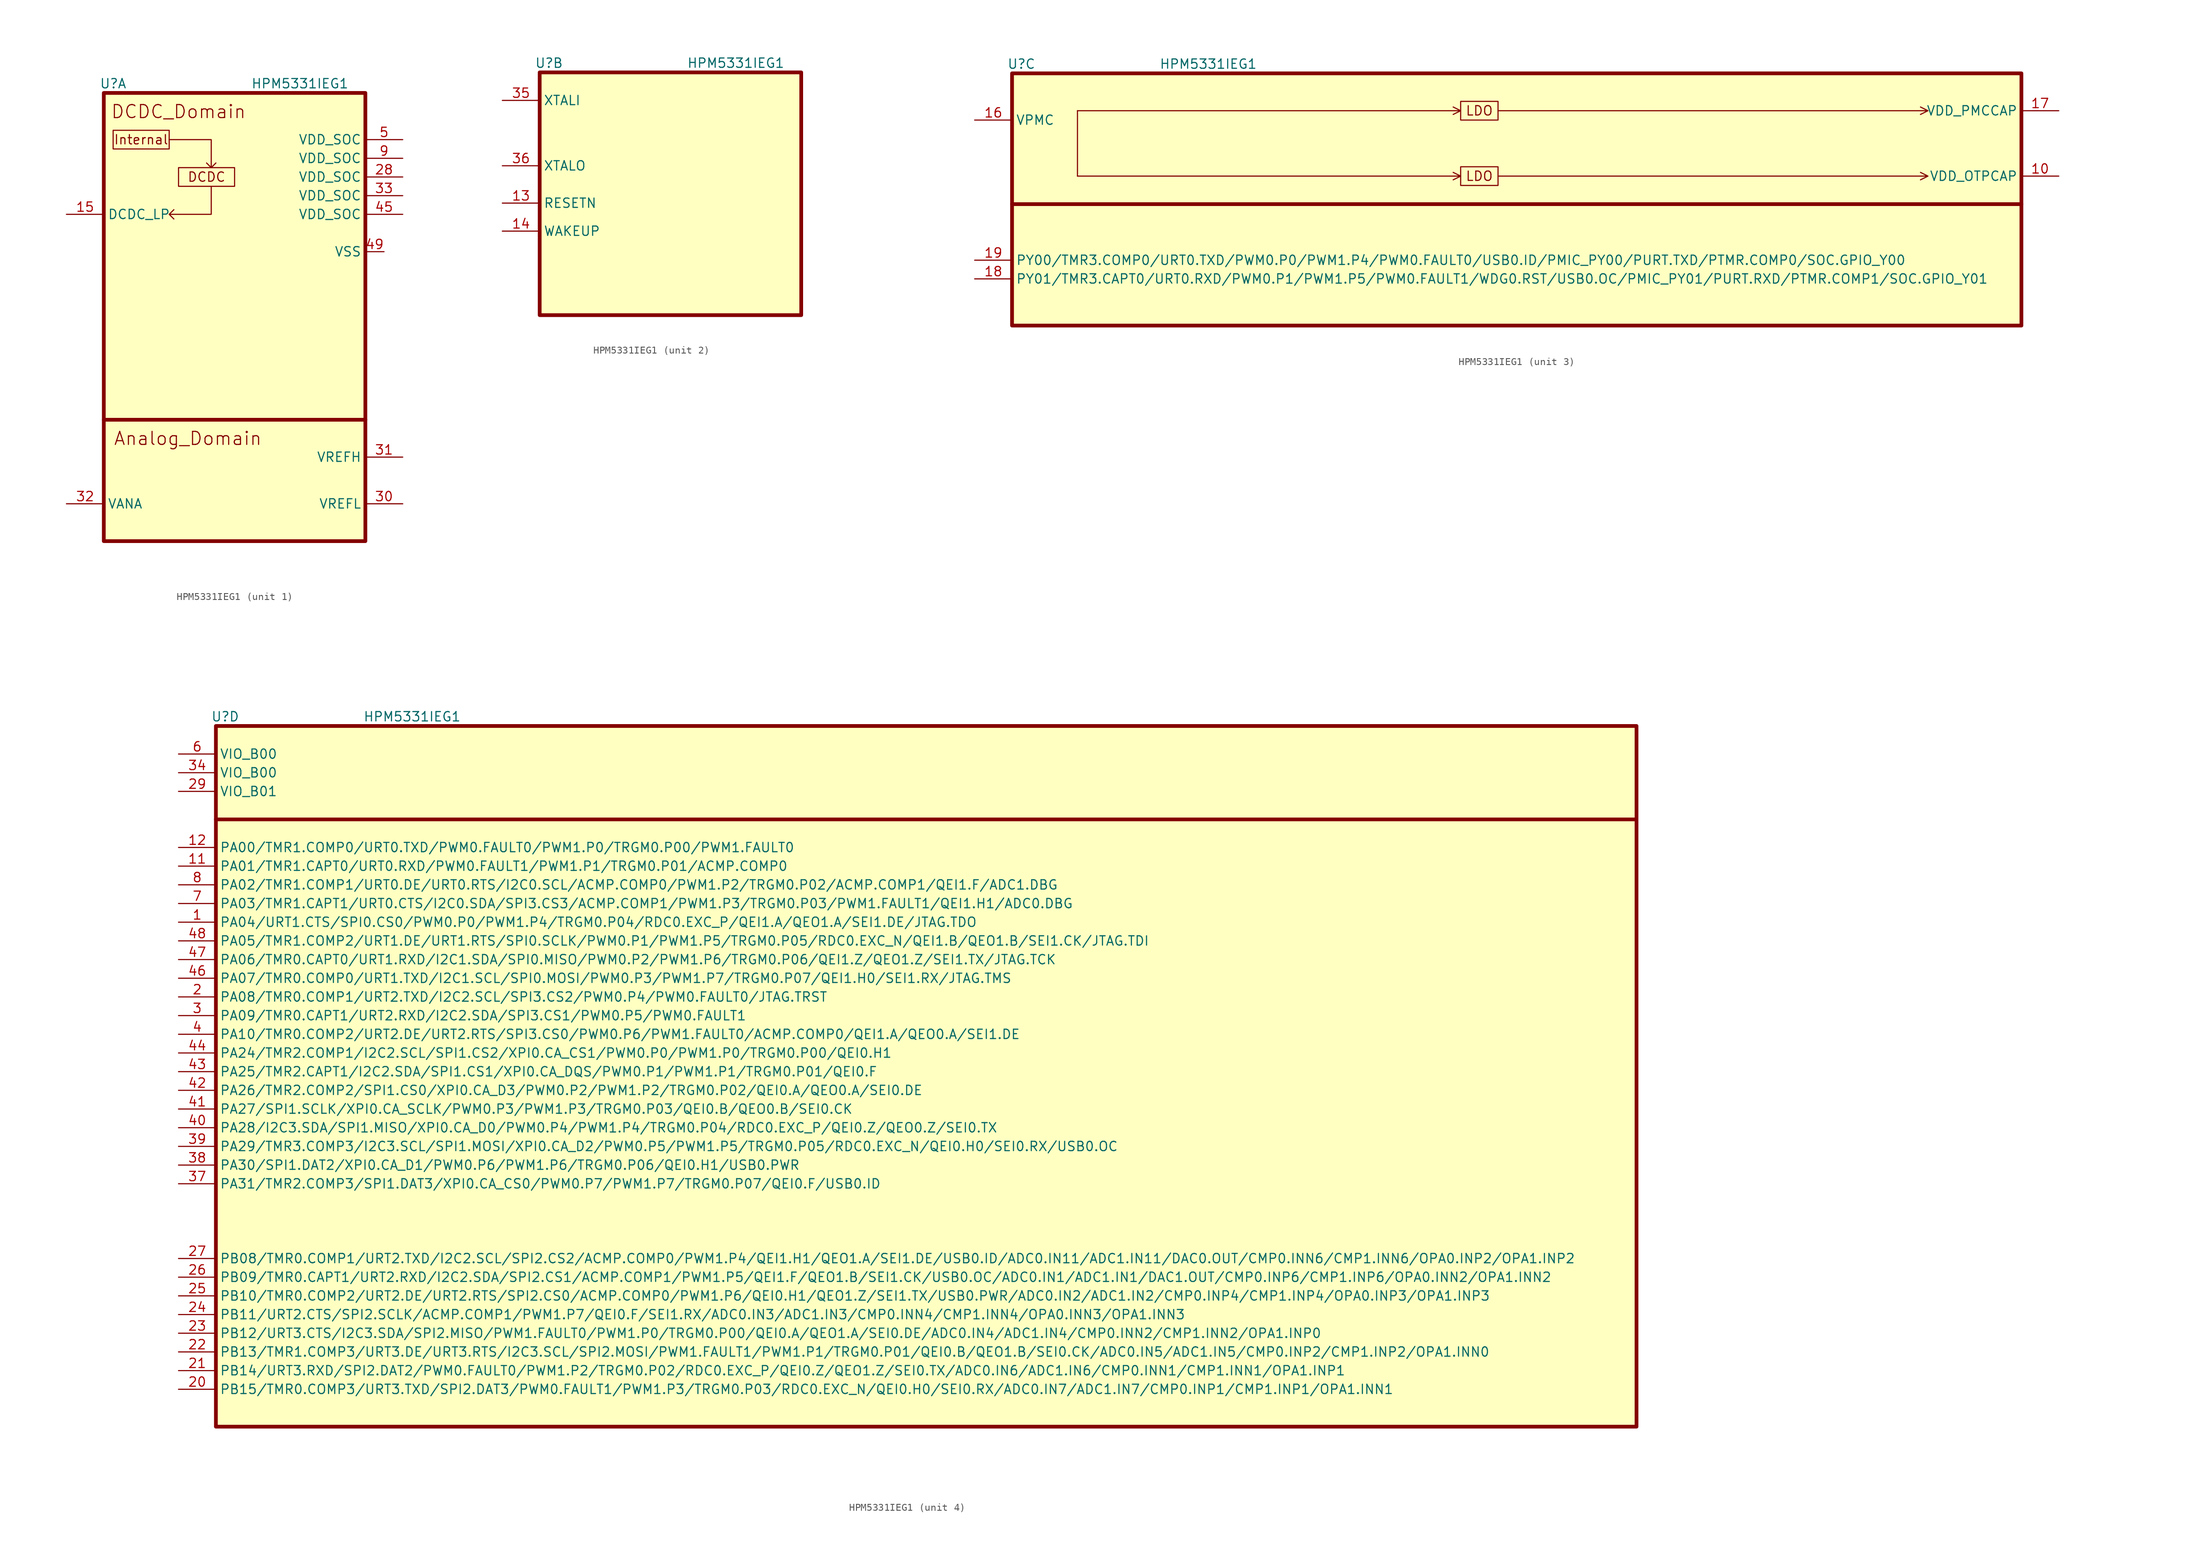
<source format=kicad_sym>
(kicad_symbol_lib
  (version 20220914)
  (generator kicad_symbol_editor)
  (symbol "HPM5331IEG1"
    (property "Reference" "U"
      (at 1.27 1.27 0)
      (effects (font (size 1.27 1.27))))
    (property "Value" "HPM5331IEG1"
      (at 26.67 1.27 0)
      (effects (font (size 1.27 1.27))))
    (property "ki_locked" ""
      (at 0 0 0)
      (effects (font (size 1.27 1.27))))
    (symbol "HPM5331IEG1_1_0"
      (pin power_in line (at 38.1 -21.59 180) (length 2.54) (name "VSS" (effects (font (size 1.27 1.27)))) (number "49" (effects (font (size 1.27 1.27))))))
    (symbol "HPM5331IEG1_1_1"
      (polyline (pts (xy 0 -44.45) (xy 35.56 -44.45)) (stroke (width 0.508) (type default)) (fill (type none)))
      (polyline (pts (xy 8.89 -6.35) (xy 14.605 -6.35) (xy 14.605 -10.16) (xy 13.97 -9.525) (xy 14.605 -10.16) (xy 15.24 -9.525)) (stroke (width 0) (type default)) (fill (type none)))
      (polyline (pts (xy 14.605 -12.7) (xy 14.605 -16.51) (xy 8.89 -16.51) (xy 9.525 -15.875) (xy 8.89 -16.51) (xy 9.525 -17.145)) (stroke (width 0) (type default)) (fill (type none)))
      (rectangle (start 0 0) (end 35.56 -60.96) (stroke (width 0.508) (type default)) (fill (type background)))
      (rectangle (start 1.27 -5.08) (end 8.89 -7.62) (stroke (width 0) (type default)) (fill (type none)))
      (rectangle (start 10.16 -10.16) (end 17.78 -12.7) (stroke (width 0) (type default)) (fill (type none)))
      (text "Analog_Domain" (at 11.43 -46.99 0) (effects (font (size 1.778 1.778))))
      (text "DCDC" (at 13.97 -11.43 0) (effects (font (size 1.27 1.27))))
      (text "DCDC_Domain" (at 10.16 -2.54 0) (effects (font (size 1.778 1.778))))
      (text "Internal" (at 5.08 -6.35 0) (effects (font (size 1.27 1.27))))
      (pin power_in line (at -5.08 -16.51 0) (length 5.08) (name "DCDC_LP" (effects (font (size 1.27 1.27)))) (number "15" (effects (font (size 1.27 1.27)))))
      (pin power_in line (at 40.64 -11.43 180) (length 5.08) (name "VDD_SOC" (effects (font (size 1.27 1.27)))) (number "28" (effects (font (size 1.27 1.27)))))
      (pin power_in line (at 40.64 -55.88 180) (length 5.08) (name "VREFL" (effects (font (size 1.27 1.27)))) (number "30" (effects (font (size 1.27 1.27)))))
      (pin power_in line (at 40.64 -49.53 180) (length 5.08) (name "VREFH" (effects (font (size 1.27 1.27)))) (number "31" (effects (font (size 1.27 1.27)))))
      (pin power_in line (at -5.08 -55.88 0) (length 5.08) (name "VANA" (effects (font (size 1.27 1.27)))) (number "32" (effects (font (size 1.27 1.27)))))
      (pin power_in line (at 40.64 -13.97 180) (length 5.08) (name "VDD_SOC" (effects (font (size 1.27 1.27)))) (number "33" (effects (font (size 1.27 1.27)))))
      (pin power_in line (at 40.64 -16.51 180) (length 5.08) (name "VDD_SOC" (effects (font (size 1.27 1.27)))) (number "45" (effects (font (size 1.27 1.27)))))
      (pin power_in line (at 40.64 -6.35 180) (length 5.08) (name "VDD_SOC" (effects (font (size 1.27 1.27)))) (number "5" (effects (font (size 1.27 1.27)))))
      (pin power_in line (at 40.64 -8.89 180) (length 5.08) (name "VDD_SOC" (effects (font (size 1.27 1.27)))) (number "9" (effects (font (size 1.27 1.27))))))
    (symbol "HPM5331IEG1_2_1"
      (rectangle (start 0 0) (end 35.56 -33.02) (stroke (width 0.508) (type default)) (fill (type background)))
      (pin input line (at -5.08 -17.78 0) (length 5.08) (name "RESETN" (effects (font (size 1.27 1.27)))) (number "13" (effects (font (size 1.27 1.27)))))
      (pin input line (at -5.08 -21.59 0) (length 5.08) (name "WAKEUP" (effects (font (size 1.27 1.27)))) (number "14" (effects (font (size 1.27 1.27)))))
      (pin input line (at -5.08 -3.81 0) (length 5.08) (name "XTALI" (effects (font (size 1.27 1.27)))) (number "35" (effects (font (size 1.27 1.27)))))
      (pin output line (at -5.08 -12.7 0) (length 5.08) (name "XTALO" (effects (font (size 1.27 1.27)))) (number "36" (effects (font (size 1.27 1.27))))))
    (symbol "HPM5331IEG1_3_0"
      (polyline (pts (xy 8.89 -13.97) (xy 60.96 -13.97) (xy 59.944 -13.462) (xy 60.96 -13.97) (xy 59.944 -14.478)) (stroke (width 0) (type default)) (fill (type none)))
      (polyline (pts (xy 8.89 -5.08) (xy 60.96 -5.08) (xy 59.944 -4.572) (xy 60.96 -5.08) (xy 59.944 -5.588)) (stroke (width 0) (type default)) (fill (type none)))
      (polyline (pts (xy 66.04 -13.97) (xy 124.46 -13.97) (xy 123.444 -13.462) (xy 124.46 -13.97) (xy 123.444 -14.478)) (stroke (width 0) (type default)) (fill (type none)))
      (polyline (pts (xy 66.04 -5.08) (xy 124.46 -5.08) (xy 123.444 -4.572) (xy 124.46 -5.08) (xy 123.444 -5.588)) (stroke (width 0) (type default)) (fill (type none))))
    (symbol "HPM5331IEG1_3_1"
      (polyline (pts (xy 0 -17.78) (xy 137.16 -17.78)) (stroke (width 0.508) (type default)) (fill (type none)))
      (polyline (pts (xy 8.89 -12.7) (xy 8.89 -5.08) (xy 8.89 -13.97)) (stroke (width 0) (type default)) (fill (type none)))
      (rectangle (start 0 0) (end 137.16 -34.29) (stroke (width 0.508) (type default)) (fill (type background)))
      (rectangle (start 60.96 -12.7) (end 66.04 -15.24) (stroke (width 0) (type default)) (fill (type none)))
      (rectangle (start 60.96 -3.81) (end 66.04 -6.35) (stroke (width 0) (type default)) (fill (type none)))
      (text "LDO" (at 63.5 -13.97 0) (effects (font (size 1.27 1.27))))
      (text "LDO" (at 63.5 -5.08 0) (effects (font (size 1.27 1.27))))
      (pin power_out line (at 142.24 -13.97 180) (length 5.08) (name "VDD_OTPCAP" (effects (font (size 1.27 1.27)))) (number "10" (effects (font (size 1.27 1.27)))))
      (pin power_in line (at -5.08 -6.35 0) (length 5.08) (name "VPMC" (effects (font (size 1.27 1.27)))) (number "16" (effects (font (size 1.27 1.27)))))
      (pin power_out line (at 142.24 -5.08 180) (length 5.08) (name "VDD_PMCCAP" (effects (font (size 1.27 1.27)))) (number "17" (effects (font (size 1.27 1.27)))))
      (pin bidirectional line (at -5.08 -27.94 0) (length 5.08) (name "PY01/TMR3.CAPT0/URT0.RXD/PWM0.P1/PWM1.P5/PWM0.FAULT1/WDG0.RST/USB0.OC/PMIC_PY01/PURT.RXD/PTMR.COMP1/SOC.GPIO_Y01" (effects (font (size 1.27 1.27)))) (number "18" (effects (font (size 1.27 1.27)))))
      (pin bidirectional line (at -5.08 -25.4 0) (length 5.08) (name "PY00/TMR3.COMP0/URT0.TXD/PWM0.P0/PWM1.P4/PWM0.FAULT0/USB0.ID/PMIC_PY00/PURT.TXD/PTMR.COMP0/SOC.GPIO_Y00" (effects (font (size 1.27 1.27)))) (number "19" (effects (font (size 1.27 1.27))))))
    (symbol "HPM5331IEG1_4_1"
      (polyline (pts (xy 0 -12.7) (xy 193.04 -12.7)) (stroke (width 0.5) (type default)) (fill (type none)))
      (rectangle (start 0 0) (end 193.04 -95.25) (stroke (width 0.508) (type default)) (fill (type background)))
      (pin bidirectional line (at -5.08 -26.67 0) (length 5.08) (name "PA04/URT1.CTS/SPI0.CS0/PWM0.P0/PWM1.P4/TRGM0.P04/RDC0.EXC_P/QEI1.A/QEO1.A/SEI1.DE/JTAG.TDO" (effects (font (size 1.27 1.27)))) (number "1" (effects (font (size 1.27 1.27)))))
      (pin bidirectional line (at -5.08 -19.05 0) (length 5.08) (name "PA01/TMR1.CAPT0/URT0.RXD/PWM0.FAULT1/PWM1.P1/TRGM0.P01/ACMP.COMP0" (effects (font (size 1.27 1.27)))) (number "11" (effects (font (size 1.27 1.27)))))
      (pin bidirectional line (at -5.08 -16.51 0) (length 5.08) (name "PA00/TMR1.COMP0/URT0.TXD/PWM0.FAULT0/PWM1.P0/TRGM0.P00/PWM1.FAULT0" (effects (font (size 1.27 1.27)))) (number "12" (effects (font (size 1.27 1.27)))))
      (pin bidirectional line (at -5.08 -36.83 0) (length 5.08) (name "PA08/TMR0.COMP1/URT2.TXD/I2C2.SCL/SPI3.CS2/PWM0.P4/PWM0.FAULT0/JTAG.TRST" (effects (font (size 1.27 1.27)))) (number "2" (effects (font (size 1.27 1.27)))))
      (pin bidirectional line (at -5.08 -90.17 0) (length 5.08) (name "PB15/TMR0.COMP3/URT3.TXD/SPI2.DAT3/PWM0.FAULT1/PWM1.P3/TRGM0.P03/RDC0.EXC_N/QEI0.H0/SEI0.RX/ADC0.IN7/ADC1.IN7/CMP0.INP1/CMP1.INP1/OPA1.INN1" (effects (font (size 1.27 1.27)))) (number "20" (effects (font (size 1.27 1.27)))))
      (pin bidirectional line (at -5.08 -87.63 0) (length 5.08) (name "PB14/URT3.RXD/SPI2.DAT2/PWM0.FAULT0/PWM1.P2/TRGM0.P02/RDC0.EXC_P/QEI0.Z/QEO1.Z/SEI0.TX/ADC0.IN6/ADC1.IN6/CMP0.INN1/CMP1.INN1/OPA1.INP1" (effects (font (size 1.27 1.27)))) (number "21" (effects (font (size 1.27 1.27)))))
      (pin bidirectional line (at -5.08 -85.09 0) (length 5.08) (name "PB13/TMR1.COMP3/URT3.DE/URT3.RTS/I2C3.SCL/SPI2.MOSI/PWM1.FAULT1/PWM1.P1/TRGM0.P01/QEI0.B/QEO1.B/SEI0.CK/ADC0.IN5/ADC1.IN5/CMP0.INP2/CMP1.INP2/OPA1.INN0" (effects (font (size 1.27 1.27)))) (number "22" (effects (font (size 1.27 1.27)))))
      (pin bidirectional line (at -5.08 -82.55 0) (length 5.08) (name "PB12/URT3.CTS/I2C3.SDA/SPI2.MISO/PWM1.FAULT0/PWM1.P0/TRGM0.P00/QEI0.A/QEO1.A/SEI0.DE/ADC0.IN4/ADC1.IN4/CMP0.INN2/CMP1.INN2/OPA1.INP0" (effects (font (size 1.27 1.27)))) (number "23" (effects (font (size 1.27 1.27)))))
      (pin bidirectional line (at -5.08 -80.01 0) (length 5.08) (name "PB11/URT2.CTS/SPI2.SCLK/ACMP.COMP1/PWM1.P7/QEI0.F/SEI1.RX/ADC0.IN3/ADC1.IN3/CMP0.INN4/CMP1.INN4/OPA0.INN3/OPA1.INN3" (effects (font (size 1.27 1.27)))) (number "24" (effects (font (size 1.27 1.27)))))
      (pin bidirectional line (at -5.08 -77.47 0) (length 5.08) (name "PB10/TMR0.COMP2/URT2.DE/URT2.RTS/SPI2.CS0/ACMP.COMP0/PWM1.P6/QEI0.H1/QEO1.Z/SEI1.TX/USB0.PWR/ADC0.IN2/ADC1.IN2/CMP0.INP4/CMP1.INP4/OPA0.INP3/OPA1.INP3" (effects (font (size 1.27 1.27)))) (number "25" (effects (font (size 1.27 1.27)))))
      (pin bidirectional line (at -5.08 -74.93 0) (length 5.08) (name "PB09/TMR0.CAPT1/URT2.RXD/I2C2.SDA/SPI2.CS1/ACMP.COMP1/PWM1.P5/QEI1.F/QEO1.B/SEI1.CK/USB0.OC/ADC0.IN1/ADC1.IN1/DAC1.OUT/CMP0.INP6/CMP1.INP6/OPA0.INN2/OPA1.INN2" (effects (font (size 1.27 1.27)))) (number "26" (effects (font (size 1.27 1.27)))))
      (pin bidirectional line (at -5.08 -72.39 0) (length 5.08) (name "PB08/TMR0.COMP1/URT2.TXD/I2C2.SCL/SPI2.CS2/ACMP.COMP0/PWM1.P4/QEI1.H1/QEO1.A/SEI1.DE/USB0.ID/ADC0.IN11/ADC1.IN11/DAC0.OUT/CMP0.INN6/CMP1.INN6/OPA0.INP2/OPA1.INP2" (effects (font (size 1.27 1.27)))) (number "27" (effects (font (size 1.27 1.27)))))
      (pin power_in line (at -5.08 -8.89 0) (length 5.08) (name "VIO_B01" (effects (font (size 1.27 1.27)))) (number "29" (effects (font (size 1.27 1.27)))))
      (pin bidirectional line (at -5.08 -39.37 0) (length 5.08) (name "PA09/TMR0.CAPT1/URT2.RXD/I2C2.SDA/SPI3.CS1/PWM0.P5/PWM0.FAULT1" (effects (font (size 1.27 1.27)))) (number "3" (effects (font (size 1.27 1.27)))))
      (pin power_in line (at -5.08 -6.35 0) (length 5.08) (name "VIO_B00" (effects (font (size 1.27 1.27)))) (number "34" (effects (font (size 1.27 1.27)))))
      (pin bidirectional line (at -5.08 -62.23 0) (length 5.08) (name "PA31/TMR2.COMP3/SPI1.DAT3/XPI0.CA_CS0/PWM0.P7/PWM1.P7/TRGM0.P07/QEI0.F/USB0.ID" (effects (font (size 1.27 1.27)))) (number "37" (effects (font (size 1.27 1.27)))))
      (pin bidirectional line (at -5.08 -59.69 0) (length 5.08) (name "PA30/SPI1.DAT2/XPI0.CA_D1/PWM0.P6/PWM1.P6/TRGM0.P06/QEI0.H1/USB0.PWR" (effects (font (size 1.27 1.27)))) (number "38" (effects (font (size 1.27 1.27)))))
      (pin bidirectional line (at -5.08 -57.15 0) (length 5.08) (name "PA29/TMR3.COMP3/I2C3.SCL/SPI1.MOSI/XPI0.CA_D2/PWM0.P5/PWM1.P5/TRGM0.P05/RDC0.EXC_N/QEI0.H0/SEI0.RX/USB0.OC" (effects (font (size 1.27 1.27)))) (number "39" (effects (font (size 1.27 1.27)))))
      (pin bidirectional line (at -5.08 -41.91 0) (length 5.08) (name "PA10/TMR0.COMP2/URT2.DE/URT2.RTS/SPI3.CS0/PWM0.P6/PWM1.FAULT0/ACMP.COMP0/QEI1.A/QEO0.A/SEI1.DE" (effects (font (size 1.27 1.27)))) (number "4" (effects (font (size 1.27 1.27)))))
      (pin bidirectional line (at -5.08 -54.61 0) (length 5.08) (name "PA28/I2C3.SDA/SPI1.MISO/XPI0.CA_D0/PWM0.P4/PWM1.P4/TRGM0.P04/RDC0.EXC_P/QEI0.Z/QEO0.Z/SEI0.TX" (effects (font (size 1.27 1.27)))) (number "40" (effects (font (size 1.27 1.27)))))
      (pin bidirectional line (at -5.08 -52.07 0) (length 5.08) (name "PA27/SPI1.SCLK/XPI0.CA_SCLK/PWM0.P3/PWM1.P3/TRGM0.P03/QEI0.B/QEO0.B/SEI0.CK" (effects (font (size 1.27 1.27)))) (number "41" (effects (font (size 1.27 1.27)))))
      (pin bidirectional line (at -5.08 -49.53 0) (length 5.08) (name "PA26/TMR2.COMP2/SPI1.CS0/XPI0.CA_D3/PWM0.P2/PWM1.P2/TRGM0.P02/QEI0.A/QEO0.A/SEI0.DE" (effects (font (size 1.27 1.27)))) (number "42" (effects (font (size 1.27 1.27)))))
      (pin bidirectional line (at -5.08 -46.99 0) (length 5.08) (name "PA25/TMR2.CAPT1/I2C2.SDA/SPI1.CS1/XPI0.CA_DQS/PWM0.P1/PWM1.P1/TRGM0.P01/QEI0.F" (effects (font (size 1.27 1.27)))) (number "43" (effects (font (size 1.27 1.27)))))
      (pin bidirectional line (at -5.08 -44.45 0) (length 5.08) (name "PA24/TMR2.COMP1/I2C2.SCL/SPI1.CS2/XPI0.CA_CS1/PWM0.P0/PWM1.P0/TRGM0.P00/QEI0.H1" (effects (font (size 1.27 1.27)))) (number "44" (effects (font (size 1.27 1.27)))))
      (pin bidirectional line (at -5.08 -34.29 0) (length 5.08) (name "PA07/TMR0.COMP0/URT1.TXD/I2C1.SCL/SPI0.MOSI/PWM0.P3/PWM1.P7/TRGM0.P07/QEI1.H0/SEI1.RX/JTAG.TMS" (effects (font (size 1.27 1.27)))) (number "46" (effects (font (size 1.27 1.27)))))
      (pin bidirectional line (at -5.08 -31.75 0) (length 5.08) (name "PA06/TMR0.CAPT0/URT1.RXD/I2C1.SDA/SPI0.MISO/PWM0.P2/PWM1.P6/TRGM0.P06/QEI1.Z/QEO1.Z/SEI1.TX/JTAG.TCK" (effects (font (size 1.27 1.27)))) (number "47" (effects (font (size 1.27 1.27)))))
      (pin bidirectional line (at -5.08 -29.21 0) (length 5.08) (name "PA05/TMR1.COMP2/URT1.DE/URT1.RTS/SPI0.SCLK/PWM0.P1/PWM1.P5/TRGM0.P05/RDC0.EXC_N/QEI1.B/QEO1.B/SEI1.CK/JTAG.TDI" (effects (font (size 1.27 1.27)))) (number "48" (effects (font (size 1.27 1.27)))))
      (pin power_in line (at -5.08 -3.81 0) (length 5.08) (name "VIO_B00" (effects (font (size 1.27 1.27)))) (number "6" (effects (font (size 1.27 1.27)))))
      (pin bidirectional line (at -5.08 -24.13 0) (length 5.08) (name "PA03/TMR1.CAPT1/URT0.CTS/I2C0.SDA/SPI3.CS3/ACMP.COMP1/PWM1.P3/TRGM0.P03/PWM1.FAULT1/QEI1.H1/ADC0.DBG" (effects (font (size 1.27 1.27)))) (number "7" (effects (font (size 1.27 1.27)))))
      (pin bidirectional line (at -5.08 -21.59 0) (length 5.08) (name "PA02/TMR1.COMP1/URT0.DE/URT0.RTS/I2C0.SCL/ACMP.COMP0/PWM1.P2/TRGM0.P02/ACMP.COMP1/QEI1.F/ADC1.DBG" (effects (font (size 1.27 1.27)))) (number "8" (effects (font (size 1.27 1.27))))))))
</source>
